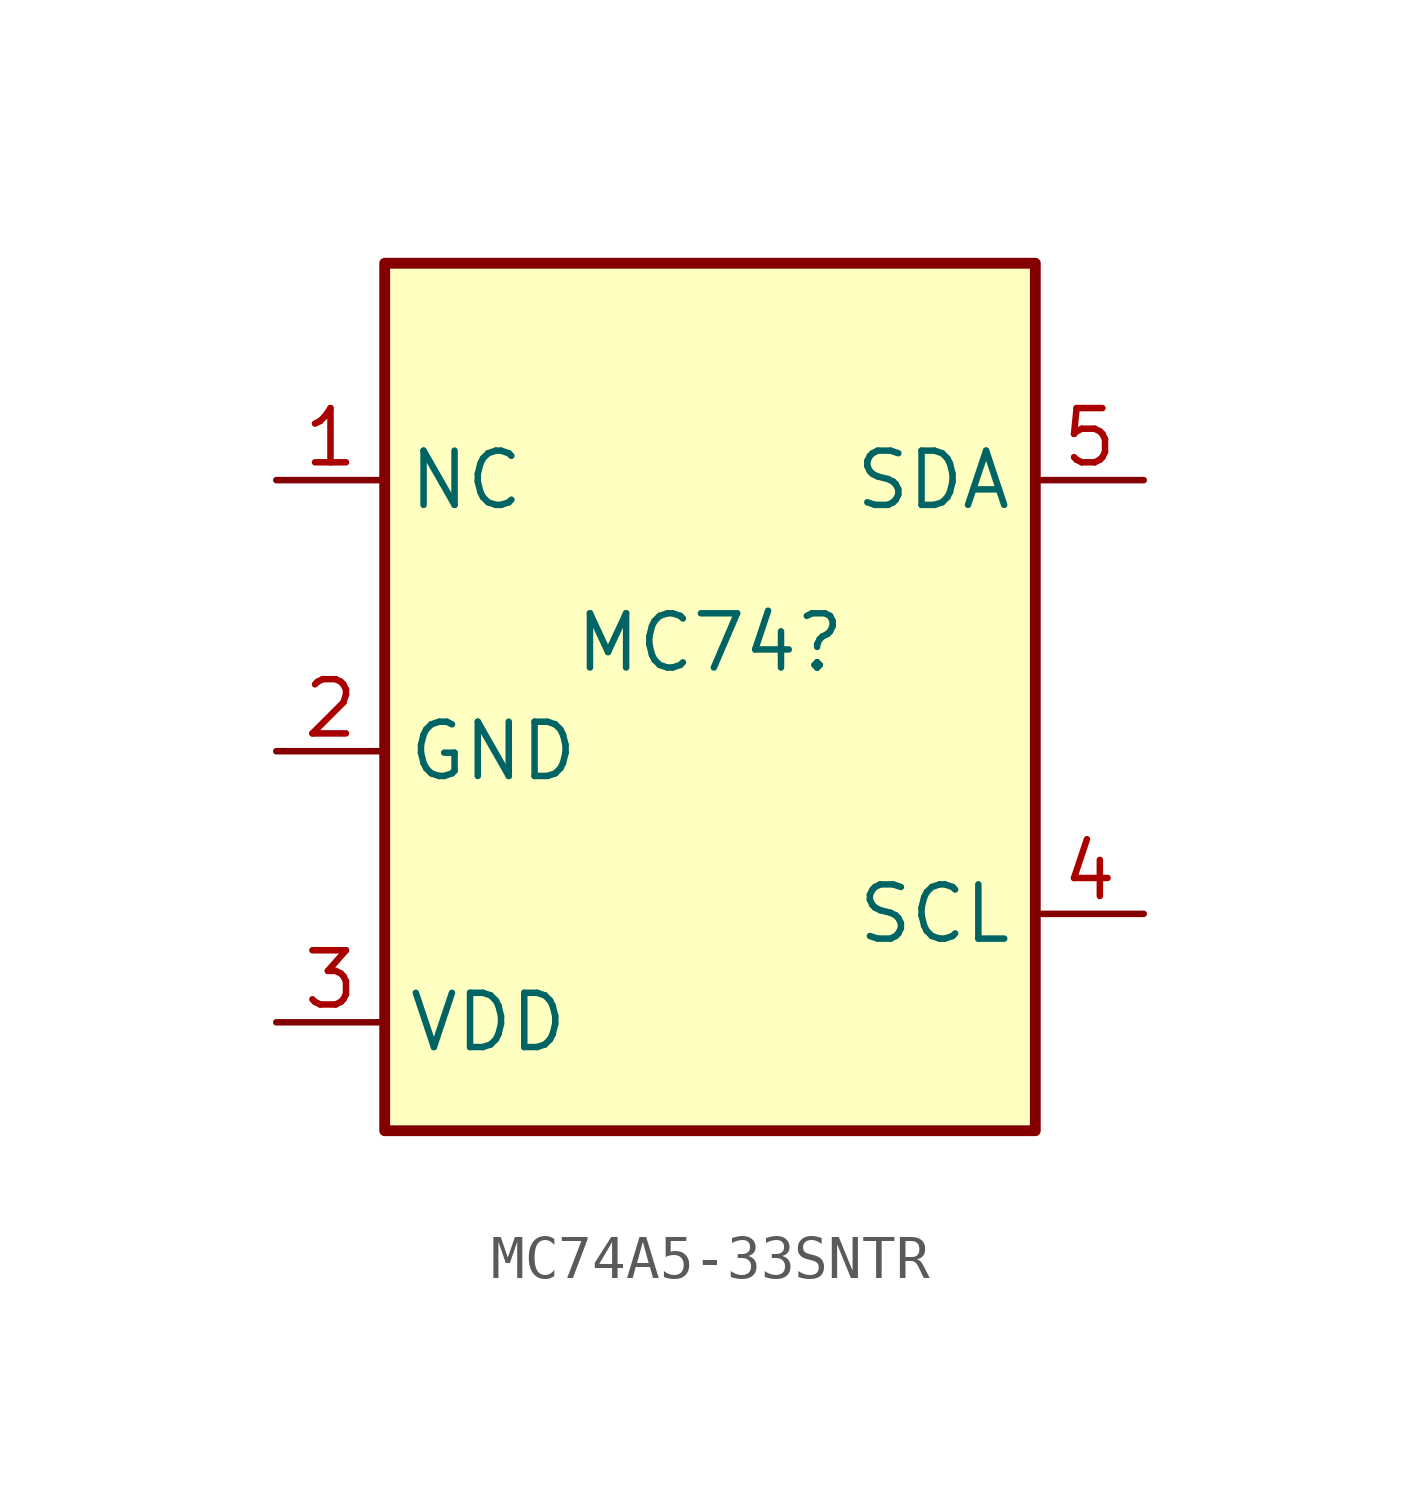
<source format=kicad_sym>
(kicad_symbol_lib
  (version 20220914)
  (generator kicad_symbol_editor)
  (symbol "MC74A5-33SNTR"
    (property "Reference" "MC74"
      (at 0 0 0)
      (effects (font (size 1.27 1.27))))
    (property "Value" ""
      (at 0 0 0)
      (effects (font (size 1.27 1.27))))
    (symbol "MC74A5-33SNTR_1_1"
      (rectangle (start -7.62 8.89) (end 7.62 -11.43) (stroke (width 0.254) (type default)) (fill (type background)))
      (pin input line (at -10.16 3.81 0) (length 2.54) (name "NC" (effects (font (size 1.27 1.27)))) (number "1" (effects (font (size 1.27 1.27)))))
      (pin input line (at -10.16 -2.54 0) (length 2.54) (name "GND" (effects (font (size 1.27 1.27)))) (number "2" (effects (font (size 1.27 1.27)))))
      (pin power_in line (at -10.16 -8.89 0) (length 2.54) (name "VDD" (effects (font (size 1.27 1.27)))) (number "3" (effects (font (size 1.27 1.27)))))
      (pin output line (at 10.16 -6.35 180) (length 2.54) (name "SCL" (effects (font (size 1.27 1.27)))) (number "4" (effects (font (size 1.27 1.27)))))
      (pin output line (at 10.16 3.81 180) (length 2.54) (name "SDA" (effects (font (size 1.27 1.27)))) (number "5" (effects (font (size 1.27 1.27))))))))
</source>
